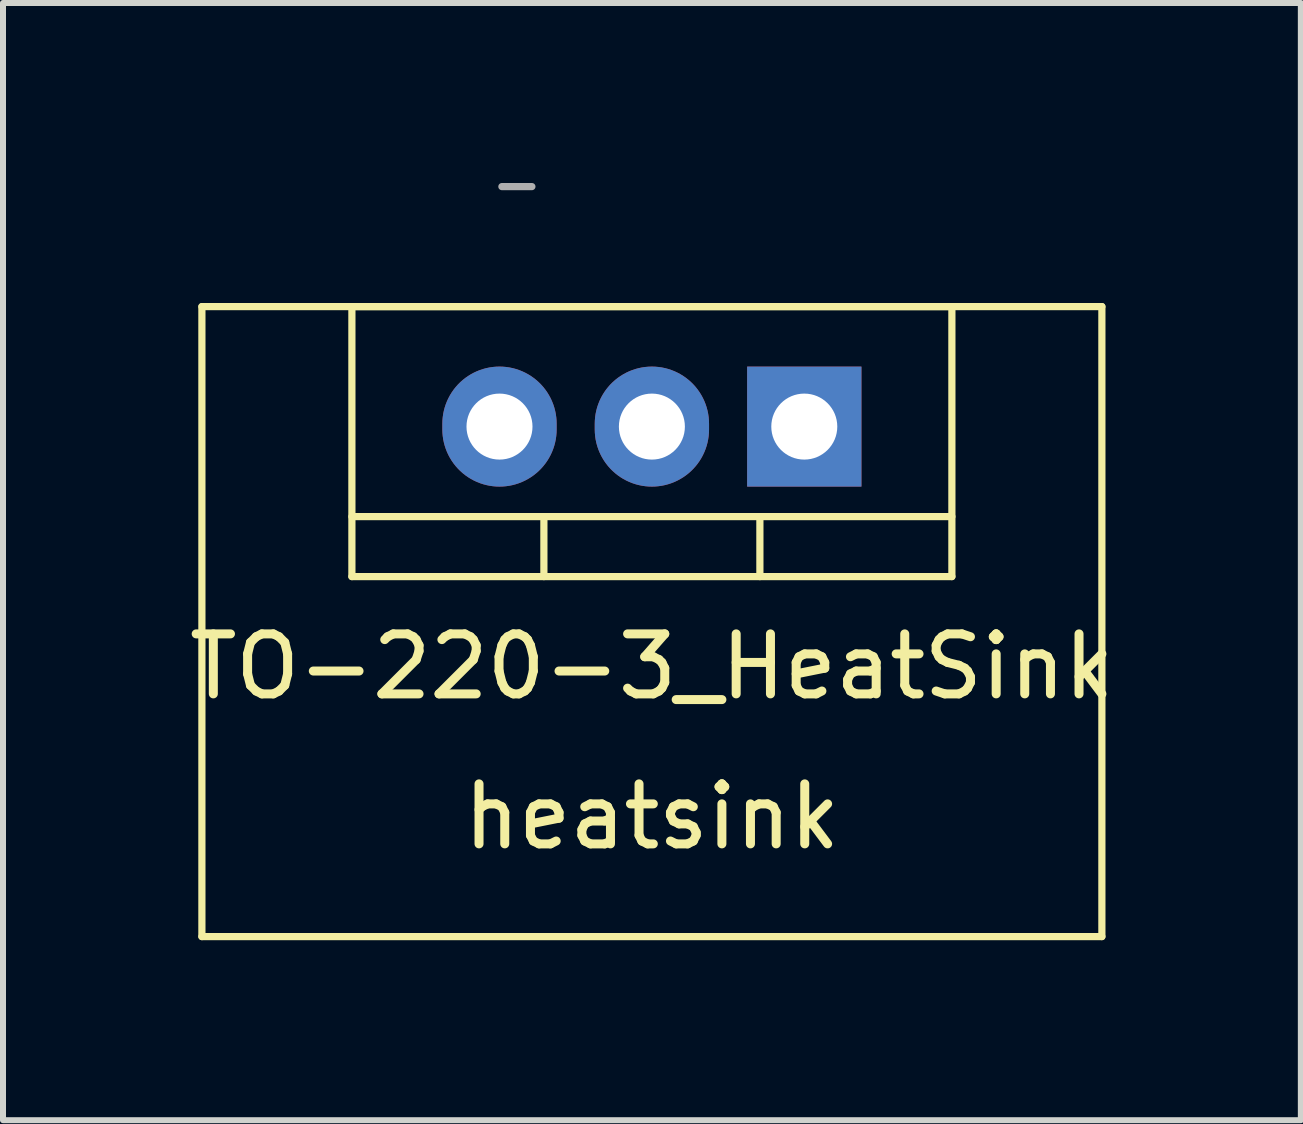
<source format=kicad_pcb>
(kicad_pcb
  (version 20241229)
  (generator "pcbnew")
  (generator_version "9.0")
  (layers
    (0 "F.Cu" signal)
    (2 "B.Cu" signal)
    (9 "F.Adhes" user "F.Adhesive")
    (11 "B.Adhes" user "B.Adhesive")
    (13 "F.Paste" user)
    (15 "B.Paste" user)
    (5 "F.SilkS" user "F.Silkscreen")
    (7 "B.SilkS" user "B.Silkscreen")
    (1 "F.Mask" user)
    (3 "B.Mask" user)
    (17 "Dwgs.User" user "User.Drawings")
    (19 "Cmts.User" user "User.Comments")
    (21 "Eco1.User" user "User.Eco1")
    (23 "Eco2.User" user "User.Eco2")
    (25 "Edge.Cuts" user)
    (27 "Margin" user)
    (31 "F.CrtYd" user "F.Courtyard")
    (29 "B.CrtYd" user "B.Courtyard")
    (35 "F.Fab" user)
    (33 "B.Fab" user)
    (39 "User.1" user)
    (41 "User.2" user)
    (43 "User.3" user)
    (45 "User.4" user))
  (footprint "TO-220-3_HeatSink"
    (layer "F.Cu")
    (at 7.815 4.06)
    (property "Reference" "TO-220-3_HeatSink" (at 0 4 0) (layer "F.SilkS") (effects (font (size 1 1) (thickness 0.15))))
    (attr through_hole)
    (fp_line (start -7.5 -2) (end 7.5 -2) (stroke (width 0.12) (type solid)) (layer "F.SilkS"))
    (fp_line (start -7.5 8.5) (end -7.5 -2) (stroke (width 0.12) (type solid)) (layer "F.SilkS"))
    (fp_line (start -5 -2) (end 5 -2) (stroke (width 0.12) (type solid)) (layer "F.SilkS"))
    (fp_line (start -5 2.5) (end -5 -2) (stroke (width 0.12) (type solid)) (layer "F.SilkS"))
    (fp_line (start -1.8 1.5) (end -1.8 2.5) (stroke (width 0.12) (type solid)) (layer "F.SilkS"))
    (fp_line (start 1.8 1.5) (end 1.8 2.5) (stroke (width 0.12) (type solid)) (layer "F.SilkS"))
    (fp_line (start 5 -2) (end 5 2.5) (stroke (width 0.12) (type solid)) (layer "F.SilkS"))
    (fp_line (start 5 1.5) (end -5 1.5) (stroke (width 0.12) (type solid)) (layer "F.SilkS"))
    (fp_line (start 5 2.5) (end -5 2.5) (stroke (width 0.12) (type solid)) (layer "F.SilkS"))
    (fp_line (start 7.5 -2) (end 7.5 8.5) (stroke (width 0.12) (type solid)) (layer "F.SilkS"))
    (fp_line (start 7.5 8.5) (end -7.5 8.5) (stroke (width 0.12) (type solid)) (layer "F.SilkS"))
    (fp_line (start -2.5 -4) (end -2 -4) (stroke (width 0.12) (type solid)) (layer "F.Fab"))
    (fp_text user "heatsink" (at 0 6.5 0) (layer "F.SilkS") (effects (font (size 1 1) (thickness 0.15))))
    (pad "1" thru_hole rect (at 2.54 0) (size 1.905 2) (drill 1.1) (layers "*.Cu" "*.Mask"))
    (pad "2" thru_hole oval (at 0 0) (size 1.905 2) (drill 1.1) (layers "*.Cu" "*.Mask"))
    (pad "3" thru_hole oval (at -2.54 0) (size 1.905 2) (drill 1.1) (layers "*.Cu" "*.Mask")))
  (gr_rect
    (start -3 -3)
    (end 18.631 15.62)
    (stroke (width 0.1) (type default))
    (fill no)
    (layer "Edge.Cuts")))
</source>
